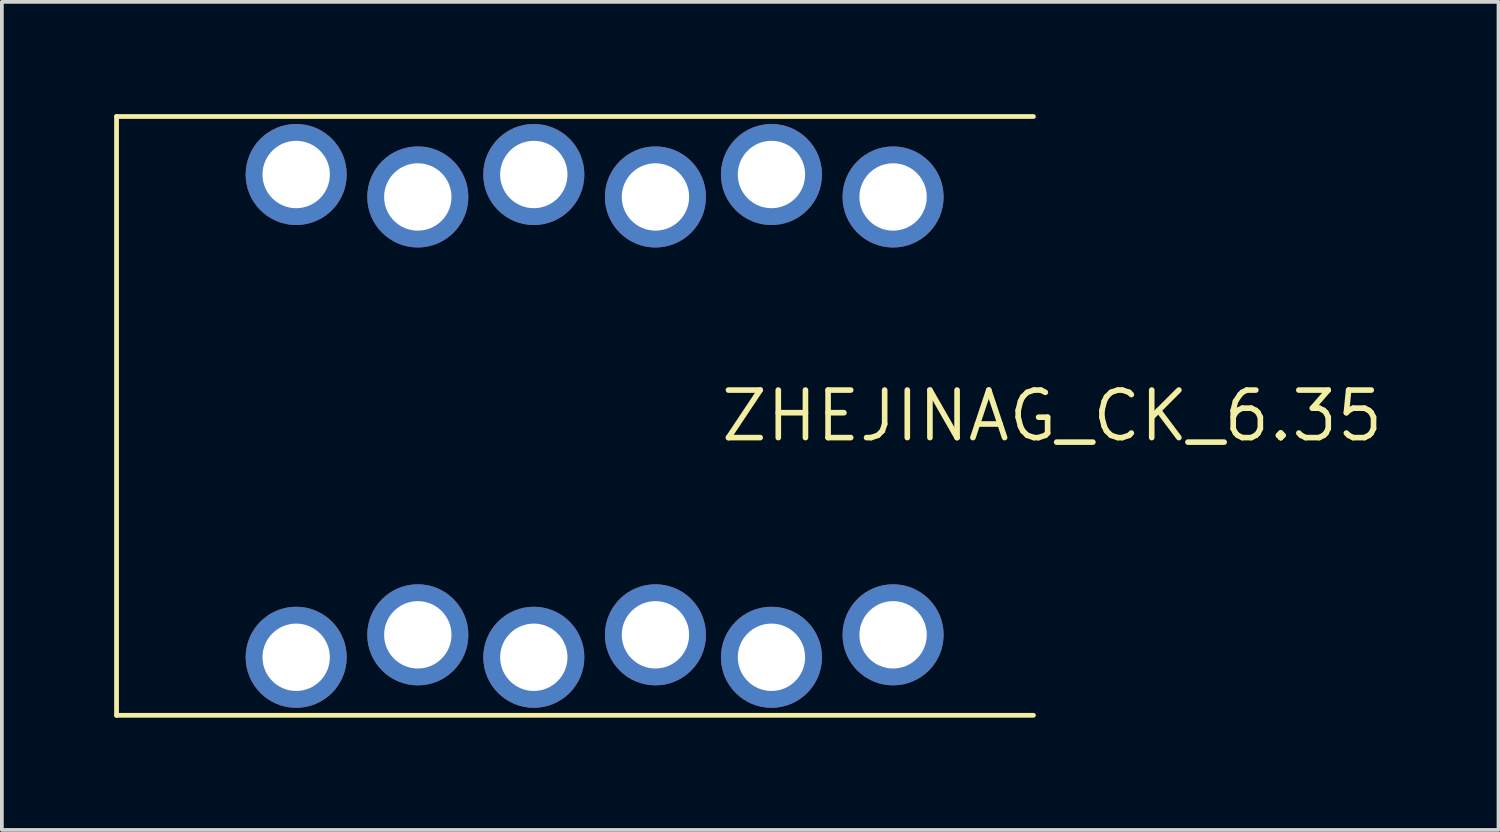
<source format=kicad_pcb>
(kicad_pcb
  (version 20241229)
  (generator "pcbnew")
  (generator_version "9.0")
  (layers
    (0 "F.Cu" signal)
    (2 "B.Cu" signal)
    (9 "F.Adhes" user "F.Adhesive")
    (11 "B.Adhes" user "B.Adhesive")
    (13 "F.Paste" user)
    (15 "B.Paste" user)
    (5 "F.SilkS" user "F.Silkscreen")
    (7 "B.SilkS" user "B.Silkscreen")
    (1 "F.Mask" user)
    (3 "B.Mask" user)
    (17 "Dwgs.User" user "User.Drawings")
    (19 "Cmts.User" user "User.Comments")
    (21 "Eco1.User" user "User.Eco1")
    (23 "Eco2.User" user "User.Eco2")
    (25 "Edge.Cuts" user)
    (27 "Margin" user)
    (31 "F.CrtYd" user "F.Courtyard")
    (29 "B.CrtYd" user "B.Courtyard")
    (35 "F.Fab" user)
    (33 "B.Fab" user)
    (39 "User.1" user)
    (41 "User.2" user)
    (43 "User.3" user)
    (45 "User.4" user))
  (footprint "ZHEJINAG_CK_6.35"
    (layer "F.Cu")
    (at 25.064 8.063)
    (property "Reference" "ZHEJINAG_CK_6.35" (at 0 0 0) (layer "F.SilkS") (effects (font (size 1.27 1.27) (thickness 0.15))))
    (fp_line (start -25 8) (end -25 -8) (stroke (width 0.127) (type solid)) (layer "F.SilkS"))
    (fp_line (start -0.5 -8) (end -25 -8) (stroke (width 0.127) (type solid)) (layer "F.SilkS"))
    (fp_line (start -0.5 8) (end -25 8) (stroke (width 0.127) (type solid)) (layer "F.SilkS"))
    (pad "2R" thru_hole circle (at -13.85 -6.45) (size 2.7 2.7) (drill 1.8) (layers "*.Cu" "*.Mask"))
    (pad "2RS" thru_hole circle (at -13.85 6.45) (size 2.7 2.7) (drill 1.8) (layers "*.Cu" "*.Mask"))
    (pad "2S" thru_hole circle (at -7.5 -6.45) (size 2.7 2.7) (drill 1.8) (layers "*.Cu" "*.Mask"))
    (pad "2SS" thru_hole circle (at -7.5 6.45) (size 2.7 2.7) (drill 1.8) (layers "*.Cu" "*.Mask"))
    (pad "2T" thru_hole circle (at -20.2 -6.45) (size 2.7 2.7) (drill 1.8) (layers "*.Cu" "*.Mask"))
    (pad "2TS" thru_hole circle (at -20.2 6.45) (size 2.7 2.7) (drill 1.8) (layers "*.Cu" "*.Mask"))
    (pad "R" thru_hole circle (at -10.6 -5.85) (size 2.7 2.7) (drill 1.8) (layers "*.Cu" "*.Mask"))
    (pad "RS" thru_hole circle (at -10.6 5.85) (size 2.7 2.7) (drill 1.8) (layers "*.Cu" "*.Mask"))
    (pad "S" thru_hole circle (at -4.25 -5.85) (size 2.7 2.7) (drill 1.8) (layers "*.Cu" "*.Mask"))
    (pad "SS" thru_hole circle (at -4.25 5.85) (size 2.7 2.7) (drill 1.8) (layers "*.Cu" "*.Mask"))
    (pad "T" thru_hole circle (at -16.95 -5.85) (size 2.7 2.7) (drill 1.8) (layers "*.Cu" "*.Mask"))
    (pad "TS" thru_hole circle (at -16.95 5.85) (size 2.7 2.7) (drill 1.8) (layers "*.Cu" "*.Mask")))
  (gr_rect
    (start -3 -3)
    (end 36.991 19.127)
    (stroke (width 0.1) (type default))
    (fill no)
    (layer "Edge.Cuts")))
</source>
